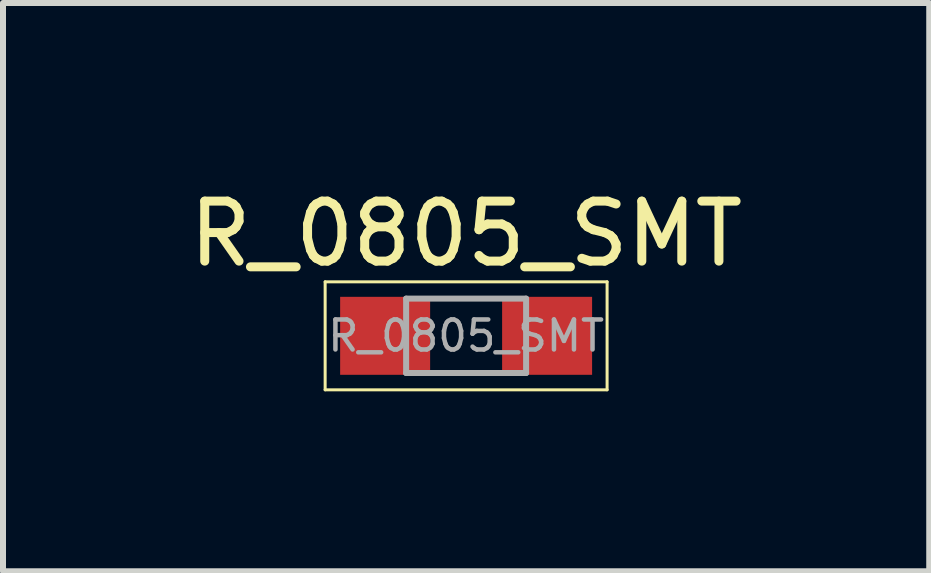
<source format=kicad_pcb>
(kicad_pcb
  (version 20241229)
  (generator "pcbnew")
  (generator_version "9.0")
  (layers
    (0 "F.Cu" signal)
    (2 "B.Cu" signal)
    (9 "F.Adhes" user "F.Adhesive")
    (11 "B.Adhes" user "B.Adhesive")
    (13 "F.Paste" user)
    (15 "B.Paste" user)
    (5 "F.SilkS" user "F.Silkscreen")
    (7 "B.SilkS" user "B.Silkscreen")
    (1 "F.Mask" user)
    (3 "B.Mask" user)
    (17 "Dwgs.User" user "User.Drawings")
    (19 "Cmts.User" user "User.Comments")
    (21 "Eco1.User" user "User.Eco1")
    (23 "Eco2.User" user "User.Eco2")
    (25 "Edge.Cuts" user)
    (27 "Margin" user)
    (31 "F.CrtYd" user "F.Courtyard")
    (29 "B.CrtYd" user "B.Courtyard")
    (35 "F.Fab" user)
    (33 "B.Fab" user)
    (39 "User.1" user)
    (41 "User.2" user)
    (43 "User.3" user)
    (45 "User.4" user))
  (footprint "R_0805_SMT"
    (layer "F.Cu")
    (at 4.72 2.548)
    (property "Reference" "R_0805_SMT" (at 0 -1.7 0) (layer "F.SilkS") (effects (font (size 1 1) (thickness 0.15))))
    (attr smd)
    (fp_line (start -2.35 -0.9) (end -2.35 0.9) (stroke (width 0.05) (type solid)) (layer "F.SilkS"))
    (fp_line (start -2.35 -0.9) (end 2.35 -0.9) (stroke (width 0.05) (type solid)) (layer "F.SilkS"))
    (fp_line (start 2.35 0.9) (end -2.35 0.9) (stroke (width 0.05) (type solid)) (layer "F.SilkS"))
    (fp_line (start 2.35 0.9) (end 2.35 -0.9) (stroke (width 0.05) (type solid)) (layer "F.SilkS"))
    (fp_line (start -1 -0.62) (end 1 -0.62) (stroke (width 0.1) (type solid)) (layer "F.Fab"))
    (fp_line (start -1 0.62) (end -1 -0.62) (stroke (width 0.1) (type solid)) (layer "F.Fab"))
    (fp_line (start 1 -0.62) (end 1 0.62) (stroke (width 0.1) (type solid)) (layer "F.Fab"))
    (fp_line (start 1 0.62) (end -1 0.62) (stroke (width 0.1) (type solid)) (layer "F.Fab"))
    (fp_text user "${REFERENCE}" (at 0 0 0) (layer "F.Fab") (effects (font (size 0.5 0.5) (thickness 0.075))))
    (pad "1" smd rect (at -1.35 0) (size 1.5 1.3) (layers "F.Cu" "F.Mask" "F.Paste"))
    (pad "2" smd rect (at 1.35 0) (size 1.5 1.3) (layers "F.Cu" "F.Mask" "F.Paste")))
  (gr_rect
    (start -3 -3)
    (end 12.44 6.473)
    (stroke (width 0.1) (type default))
    (fill no)
    (layer "Edge.Cuts")))
</source>
